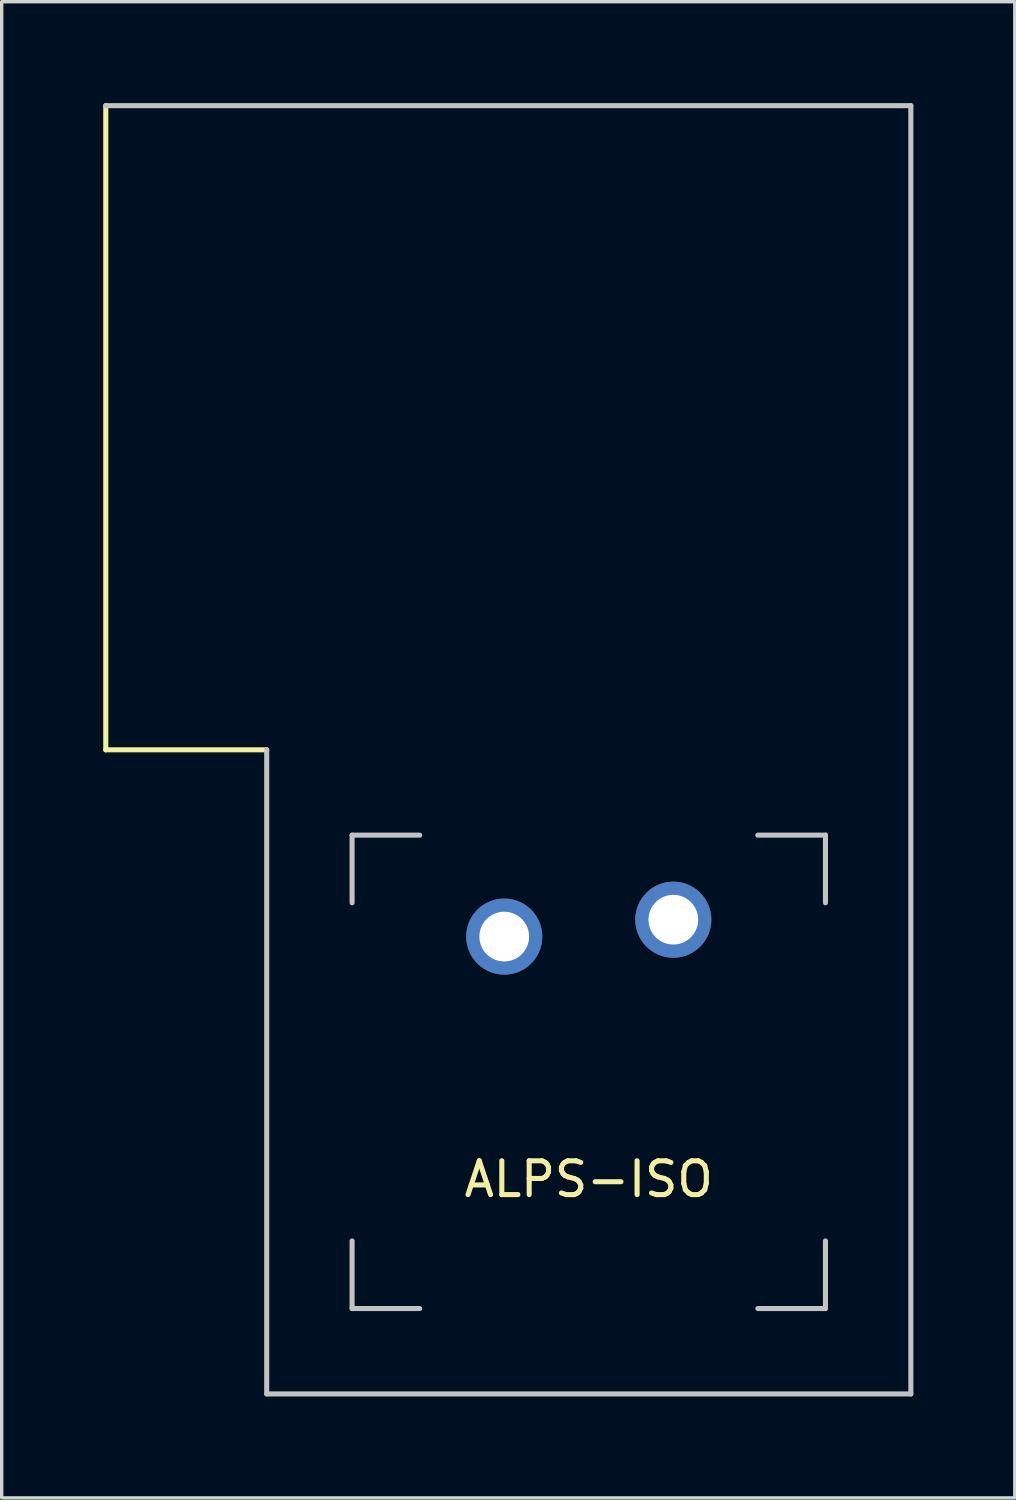
<source format=kicad_pcb>
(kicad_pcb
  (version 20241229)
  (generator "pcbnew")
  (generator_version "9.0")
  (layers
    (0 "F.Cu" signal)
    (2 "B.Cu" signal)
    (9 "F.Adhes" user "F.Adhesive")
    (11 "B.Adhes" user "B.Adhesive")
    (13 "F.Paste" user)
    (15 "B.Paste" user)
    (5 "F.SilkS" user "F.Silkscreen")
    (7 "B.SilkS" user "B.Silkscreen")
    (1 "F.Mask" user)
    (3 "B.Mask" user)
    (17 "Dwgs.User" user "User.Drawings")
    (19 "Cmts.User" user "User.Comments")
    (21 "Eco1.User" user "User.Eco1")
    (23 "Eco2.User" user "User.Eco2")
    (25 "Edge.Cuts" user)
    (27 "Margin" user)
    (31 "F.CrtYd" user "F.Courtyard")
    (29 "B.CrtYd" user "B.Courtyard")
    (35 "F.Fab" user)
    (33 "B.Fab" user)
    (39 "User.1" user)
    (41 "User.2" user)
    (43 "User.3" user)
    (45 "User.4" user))
  (footprint "ALPS-ISO"
    (layer "F.Cu")
    (at 14.363 28.65)
    (property "Reference" "ALPS-ISO" (at 0 3.175 0) (layer "F.SilkS") (effects (font (size 1 1) (thickness 0.15))))
    (attr through_hole)
    (fp_line (start -14.285 -28.575) (end -14.285 -9.525) (stroke (width 0.15) (type solid)) (layer "F.SilkS"))
    (fp_line (start -9.525 -9.525) (end -14.287 -9.525) (stroke (width 0.15) (type solid)) (layer "F.SilkS"))
    (fp_line (start -14.287 -28.575) (end 9.525 -28.575) (stroke (width 0.15) (type solid)) (layer "Dwgs.User"))
    (fp_line (start -9.525 9.525) (end -9.525 -9.525) (stroke (width 0.15) (type solid)) (layer "Dwgs.User"))
    (fp_line (start -9.525 9.525) (end 9.525 9.525) (stroke (width 0.15) (type solid)) (layer "Dwgs.User"))
    (fp_line (start -7 -7) (end -7 -5) (stroke (width 0.15) (type solid)) (layer "Dwgs.User"))
    (fp_line (start -7 5) (end -7 7) (stroke (width 0.15) (type solid)) (layer "Dwgs.User"))
    (fp_line (start -7 7) (end -5 7) (stroke (width 0.15) (type solid)) (layer "Dwgs.User"))
    (fp_line (start -5 -7) (end -7 -7) (stroke (width 0.15) (type solid)) (layer "Dwgs.User"))
    (fp_line (start 5 -7) (end 7 -7) (stroke (width 0.15) (type solid)) (layer "Dwgs.User"))
    (fp_line (start 5 7) (end 7 7) (stroke (width 0.15) (type solid)) (layer "Dwgs.User"))
    (fp_line (start 7 -7) (end 7 -5) (stroke (width 0.15) (type solid)) (layer "Dwgs.User"))
    (fp_line (start 7 7) (end 7 5) (stroke (width 0.15) (type solid)) (layer "Dwgs.User"))
    (fp_line (start 9.525 -28.575) (end 9.525 9.525) (stroke (width 0.15) (type solid)) (layer "Dwgs.User"))
    (pad "1" thru_hole circle (at -2.5 -4) (size 2.25 2.25) (drill 1.47) (layers "*.Cu" "*.Mask"))
    (pad "2" thru_hole circle (at 2.5 -4.5) (size 2.25 2.25) (drill 1.47) (layers "*.Cu" "*.Mask")))
  (gr_rect
    (start -3 -3)
    (end 26.962 41.25)
    (stroke (width 0.1) (type default))
    (fill no)
    (layer "Edge.Cuts")))
</source>
